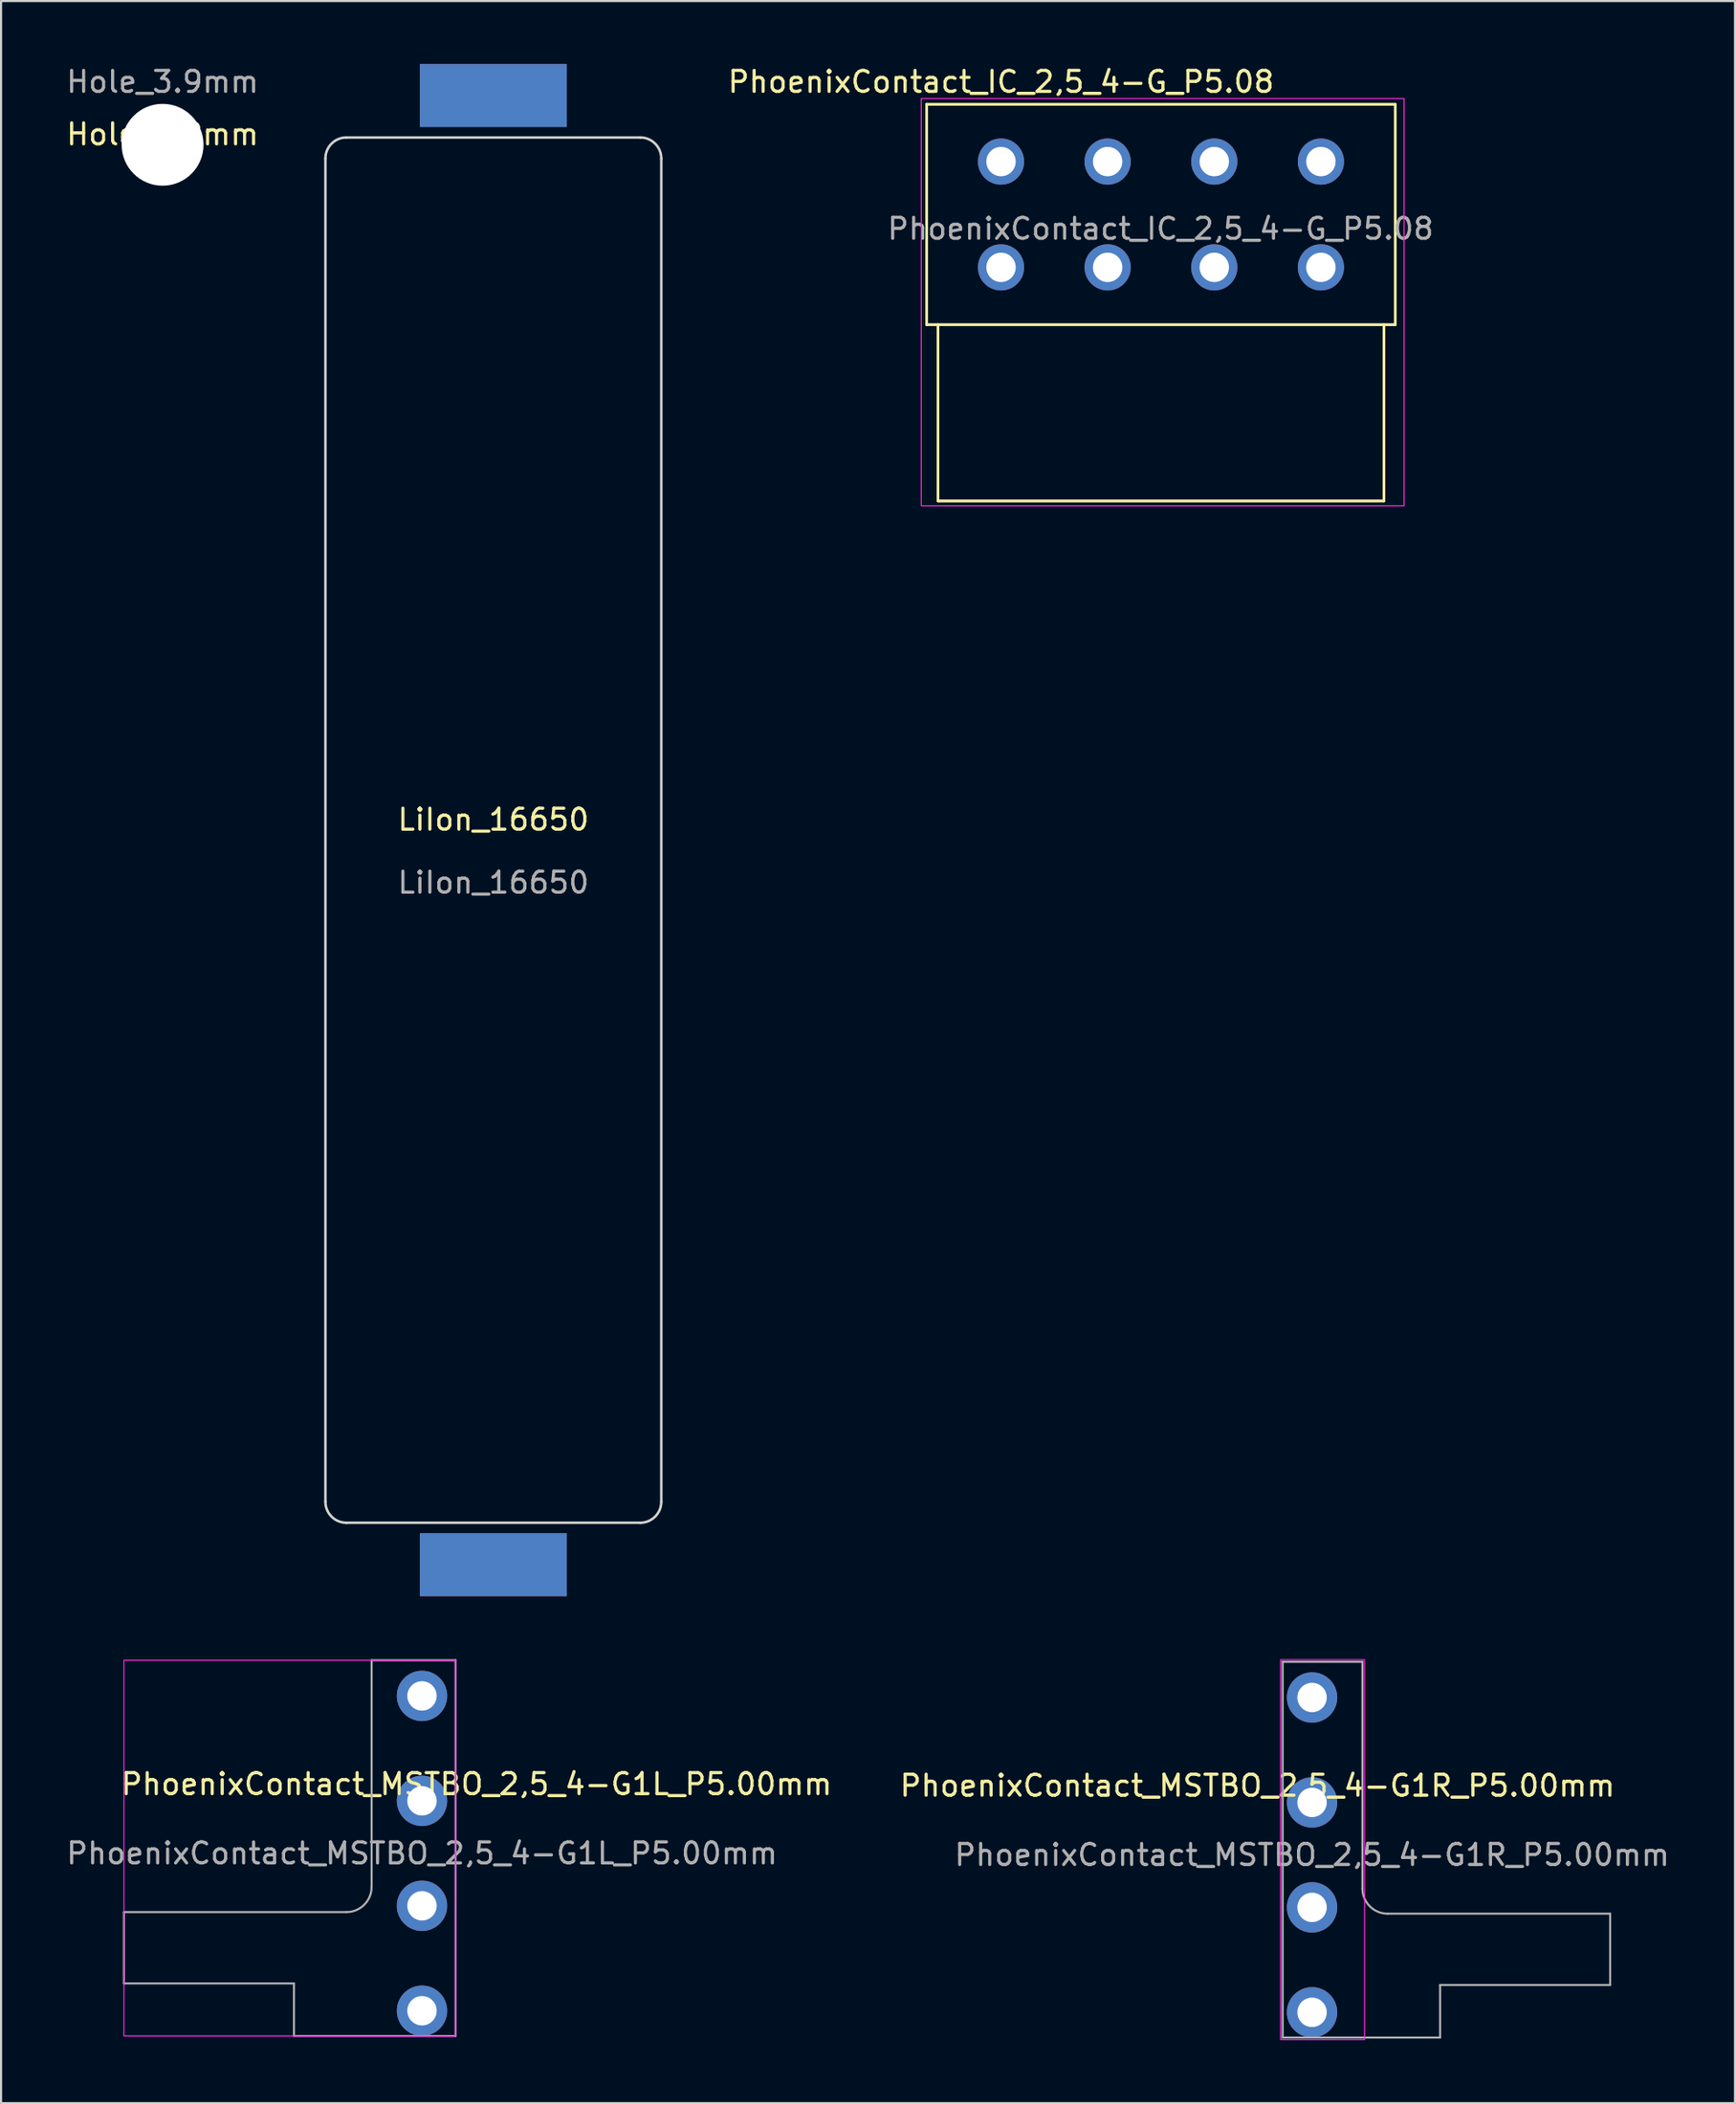
<source format=kicad_pcb>
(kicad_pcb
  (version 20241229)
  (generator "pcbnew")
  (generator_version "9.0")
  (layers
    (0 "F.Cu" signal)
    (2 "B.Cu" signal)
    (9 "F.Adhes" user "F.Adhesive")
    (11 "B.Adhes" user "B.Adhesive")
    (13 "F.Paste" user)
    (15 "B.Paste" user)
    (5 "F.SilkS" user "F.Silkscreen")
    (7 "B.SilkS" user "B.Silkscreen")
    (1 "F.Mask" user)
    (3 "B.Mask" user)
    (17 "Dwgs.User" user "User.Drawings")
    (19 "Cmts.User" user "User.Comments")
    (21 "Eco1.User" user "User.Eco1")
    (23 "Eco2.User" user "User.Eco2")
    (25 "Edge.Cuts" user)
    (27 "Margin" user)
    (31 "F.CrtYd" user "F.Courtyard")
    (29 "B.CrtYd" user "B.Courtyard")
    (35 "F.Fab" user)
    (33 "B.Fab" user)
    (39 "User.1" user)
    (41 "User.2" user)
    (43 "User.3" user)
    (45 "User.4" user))
  (footprint "PhoenixContact_MSTBO_2,5_4-G1L_P5.00mm"
    (layer "F.Cu")
    (at 17.054 82.75)
    (property "Reference" "PhoenixContact_MSTBO_2,5_4-G1L_P5.00mm" (at 2.6 -0.8 0) (unlocked yes) (layer "F.SilkS") (effects (font (size 1 1) (thickness 0.15))))
    (attr through_hole)
    (fp_rect (start 1.6 -6.7) (end -14.2 11.2) (stroke (width 0.05) (type solid)) (fill no) (layer "F.CrtYd"))
    (fp_line (start -14.2 5.3) (end -14.2 8.7) (stroke (width 0.1) (type solid)) (layer "F.Fab"))
    (fp_line (start -14.2 8.7) (end -6.1 8.7) (stroke (width 0.1) (type solid)) (layer "F.Fab"))
    (fp_line (start -6.1 8.7) (end -6.1 11.2) (stroke (width 0.1) (type solid)) (layer "F.Fab"))
    (fp_line (start -6.1 11.2) (end 1.6 11.2) (stroke (width 0.1) (type solid)) (layer "F.Fab"))
    (fp_line (start -3.6 5.3) (end -14.2 5.3) (stroke (width 0.1) (type solid)) (layer "F.Fab"))
    (fp_line (start -2.4 -6.7) (end -2.4 4.1) (stroke (width 0.1) (type solid)) (layer "F.Fab"))
    (fp_line (start 1.6 -6.7) (end -2.4 -6.7) (stroke (width 0.1) (type solid)) (layer "F.Fab"))
    (fp_line (start 1.6 11.2) (end 1.6 -6.7) (stroke (width 0.1) (type solid)) (layer "F.Fab"))
    (fp_arc (start -2.4 4.1) (mid -2.751472 4.948528) (end -3.6 5.3) (stroke (width 0.1) (type solid)) (layer "F.Fab"))
    (fp_text user "${REFERENCE}" (at 0 2.5 0) (unlocked yes) (layer "F.Fab") (effects (font (size 1 1) (thickness 0.15))))
    (pad "1" thru_hole circle (at 0 0) (size 2.4 2.4) (drill 1.4) (layers "*.Cu" "*.Mask"))
    (pad "2" thru_hole circle (at 0 5) (size 2.4 2.4) (drill 1.4) (layers "*.Cu" "*.Mask"))
    (pad "3" thru_hole circle (at 0 -5) (size 2.4 2.4) (drill 1.4) (layers "*.Cu" "*.Mask"))
    (pad "4" thru_hole circle (at 0 10) (size 2.4 2.4) (drill 1.4) (layers "*.Cu" "*.Mask")))
  (footprint "PhoenixContact_IC_2,5_4-G_P5.08"
    (layer "F.Cu")
    (at 44.638 4.648)
    (property "Reference" "PhoenixContact_IC_2,5_4-G_P5.08" (at 0 -3.8 0) (unlocked yes) (layer "F.SilkS") (effects (font (size 1 1) (thickness 0.15))))
    (attr through_hole)
    (fp_line (start -3.54 -2.73) (end -3.54 7.77) (stroke (width 0.12) (type default)) (layer "F.SilkS"))
    (fp_line (start -3.54 -2.73) (end -3.54 7.77) (stroke (width 0.12) (type default)) (layer "F.SilkS"))
    (fp_line (start -3.54 -2.73) (end 18.78 -2.73) (stroke (width 0.12) (type default)) (layer "F.SilkS"))
    (fp_line (start -3.54 -2.73) (end 18.78 -2.73) (stroke (width 0.12) (type default)) (layer "F.SilkS"))
    (fp_line (start -3.54 7.77) (end -3 7.77) (stroke (width 0.12) (type default)) (layer "F.SilkS"))
    (fp_line (start -3.54 7.77) (end -3 7.77) (stroke (width 0.12) (type default)) (layer "F.SilkS"))
    (fp_line (start -3 7.77) (end 18.24 7.77) (stroke (width 0.12) (type default)) (layer "F.SilkS"))
    (fp_line (start -3 7.77) (end 18.24 7.77) (stroke (width 0.12) (type default)) (layer "F.SilkS"))
    (fp_line (start -3 16.17) (end -3 7.77) (stroke (width 0.12) (type default)) (layer "F.SilkS"))
    (fp_line (start -3 16.17) (end -3 7.77) (stroke (width 0.12) (type default)) (layer "F.SilkS"))
    (fp_line (start -3 16.17) (end 18.24 16.17) (stroke (width 0.12) (type default)) (layer "F.SilkS"))
    (fp_line (start -3 16.17) (end 18.24 16.17) (stroke (width 0.12) (type default)) (layer "F.SilkS"))
    (fp_line (start 18.24 7.77) (end 18.78 7.77) (stroke (width 0.12) (type default)) (layer "F.SilkS"))
    (fp_line (start 18.24 7.77) (end 18.78 7.77) (stroke (width 0.12) (type default)) (layer "F.SilkS"))
    (fp_line (start 18.24 16.17) (end 18.24 7.77) (stroke (width 0.12) (type default)) (layer "F.SilkS"))
    (fp_line (start 18.24 16.17) (end 18.24 7.77) (stroke (width 0.12) (type default)) (layer "F.SilkS"))
    (fp_line (start 18.78 -2.73) (end 18.78 7.77) (stroke (width 0.12) (type default)) (layer "F.SilkS"))
    (fp_line (start 18.78 -2.73) (end 18.78 7.77) (stroke (width 0.12) (type default)) (layer "F.SilkS"))
    (fp_rect (start -3.8 -3) (end 19.2 16.4) (stroke (width 0.05) (type default)) (fill no) (layer "F.CrtYd"))
    (fp_text user "${REFERENCE}" (at 7.6 3.2 0) (unlocked yes) (layer "F.Fab") (effects (font (size 1 1) (thickness 0.15))))
    (pad "1" thru_hole circle (at 0 0) (size 2.2 2.2) (drill 1.4) (layers "*.Cu" "*.Mask"))
    (pad "1" thru_hole circle (at 0 5.04) (size 2.2 2.2) (drill 1.4) (layers "*.Cu" "*.Mask"))
    (pad "2" thru_hole circle (at 5.08 0) (size 2.2 2.2) (drill 1.4) (layers "*.Cu" "*.Mask"))
    (pad "2" thru_hole circle (at 5.08 5.04) (size 2.2 2.2) (drill 1.4) (layers "*.Cu" "*.Mask"))
    (pad "3" thru_hole circle (at 10.16 0) (size 2.2 2.2) (drill 1.4) (layers "*.Cu" "*.Mask"))
    (pad "3" thru_hole circle (at 10.16 5.04) (size 2.2 2.2) (drill 1.4) (layers "*.Cu" "*.Mask"))
    (pad "4" thru_hole circle (at 15.24 0) (size 2.2 2.2) (drill 1.4) (layers "*.Cu" "*.Mask"))
    (pad "4" thru_hole circle (at 15.24 5.04) (size 2.2 2.2) (drill 1.4) (layers "*.Cu" "*.Mask")))
  (footprint "PhoenixContact_MSTBO_2,5_4-G1R_P5.00mm"
    (layer "F.Cu")
    (at 59.456 82.825)
    (property "Reference" "PhoenixContact_MSTBO_2,5_4-G1R_P5.00mm" (at -2.6 -0.8 0) (unlocked yes) (layer "F.SilkS") (effects (font (size 1 1) (thickness 0.15))))
    (attr through_hole)
    (fp_rect (start -1.5 -6.8) (end 2.5 11.3) (stroke (width 0.05) (type solid)) (fill no) (layer "F.CrtYd"))
    (fp_line (start -1.4 -6.7) (end 2.4 -6.7) (stroke (width 0.1) (type solid)) (layer "F.Fab"))
    (fp_line (start -1.4 11.2) (end -1.4 -6.7) (stroke (width 0.1) (type solid)) (layer "F.Fab"))
    (fp_line (start 2.4 -6.7) (end 2.4 4.1) (stroke (width 0.1) (type solid)) (layer "F.Fab"))
    (fp_line (start 3.6 5.3) (end 14.2 5.3) (stroke (width 0.1) (type solid)) (layer "F.Fab"))
    (fp_line (start 6.1 8.7) (end 6.1 11.2) (stroke (width 0.1) (type solid)) (layer "F.Fab"))
    (fp_line (start 6.1 11.2) (end -1.4 11.2) (stroke (width 0.1) (type solid)) (layer "F.Fab"))
    (fp_line (start 14.2 5.3) (end 14.2 8.7) (stroke (width 0.1) (type solid)) (layer "F.Fab"))
    (fp_line (start 14.2 8.7) (end 6.1 8.7) (stroke (width 0.1) (type solid)) (layer "F.Fab"))
    (fp_arc (start 3.6 5.3) (mid 2.751472 4.948528) (end 2.4 4.1) (stroke (width 0.1) (type solid)) (layer "F.Fab"))
    (fp_text user "${REFERENCE}" (at 0 2.5 0) (unlocked yes) (layer "F.Fab") (effects (font (size 1 1) (thickness 0.15))))
    (pad "1" thru_hole circle (at 0 0) (size 2.4 2.4) (drill 1.4) (layers "*.Cu" "*.Mask"))
    (pad "2" thru_hole circle (at 0 -5) (size 2.4 2.4) (drill 1.4) (layers "*.Cu" "*.Mask"))
    (pad "3" thru_hole circle (at 0 5) (size 2.4 2.4) (drill 1.4) (layers "*.Cu" "*.Mask"))
    (pad "4" thru_hole circle (at 0 10) (size 2.4 2.4) (drill 1.4) (layers "*.Cu" "*.Mask")))
  (footprint "LiIon_16650"
    (layer "F.Cu")
    (at 20.453 36.5)
    (property "Reference" "LiIon_16650" (at 0 -0.5 0) (unlocked yes) (layer "F.SilkS") (effects (font (size 1 1) (thickness 0.15))))
    (attr smd)
    (fp_line (start -8 32) (end -8 -32) (stroke (width 0.12) (type solid)) (layer "Edge.Cuts"))
    (fp_line (start -7 -33) (end 7 -33) (stroke (width 0.12) (type solid)) (layer "Edge.Cuts"))
    (fp_line (start 7 33) (end -7 33) (stroke (width 0.12) (type solid)) (layer "Edge.Cuts"))
    (fp_line (start 8 -32) (end 8 32) (stroke (width 0.12) (type solid)) (layer "Edge.Cuts"))
    (fp_arc (start -8 -32) (mid -7.707107 -32.707107) (end -7 -33) (stroke (width 0.12) (type solid)) (layer "Edge.Cuts"))
    (fp_arc (start -7 33) (mid -7.707107 32.707107) (end -8 32) (stroke (width 0.12) (type solid)) (layer "Edge.Cuts"))
    (fp_arc (start 7 -33) (mid 7.707107 -32.707107) (end 8 -32) (stroke (width 0.12) (type solid)) (layer "Edge.Cuts"))
    (fp_arc (start 8 32) (mid 7.707107 32.707107) (end 7 33) (stroke (width 0.12) (type solid)) (layer "Edge.Cuts"))
    (fp_text user "${REFERENCE}" (at 0 2.5 0) (unlocked yes) (layer "F.Fab") (effects (font (size 1 1) (thickness 0.15))))
    (pad "1" smd rect (at 0 -35) (size 7 3) (layers "F.Cu" "F.Mask" "F.Paste"))
    (pad "1" smd rect (at 0 -35) (size 7 3) (layers "B.Cu" "B.Mask" "B.Paste"))
    (pad "2" smd rect (at 0 35) (size 7 3) (layers "F.Cu" "F.Mask" "F.Paste"))
    (pad "2" smd rect (at 0 35) (size 7 3) (layers "B.Cu" "B.Mask" "B.Paste")))
  (footprint "Hole_3.9mm"
    (layer "F.Cu")
    (at 4.696 3.848)
    (property "Reference" "Hole_3.9mm" (at 0 -0.5 0) (unlocked yes) (layer "F.SilkS") (effects (font (size 1 1) (thickness 0.15))))
    (attr smd)
    (fp_text user "${REFERENCE}" (at 0 -3 0) (unlocked yes) (layer "F.Fab") (effects (font (size 1 1) (thickness 0.15))))
    (pad "" np_thru_hole circle (at 0 0) (size 3.9 3.9) (drill 3.9) (layers "*.Cu" "*.Mask")))
  (gr_rect
    (start -3 -3)
    (end 79.605 97.15)
    (stroke (width 0.1) (type default))
    (fill no)
    (layer "Edge.Cuts")))
</source>
